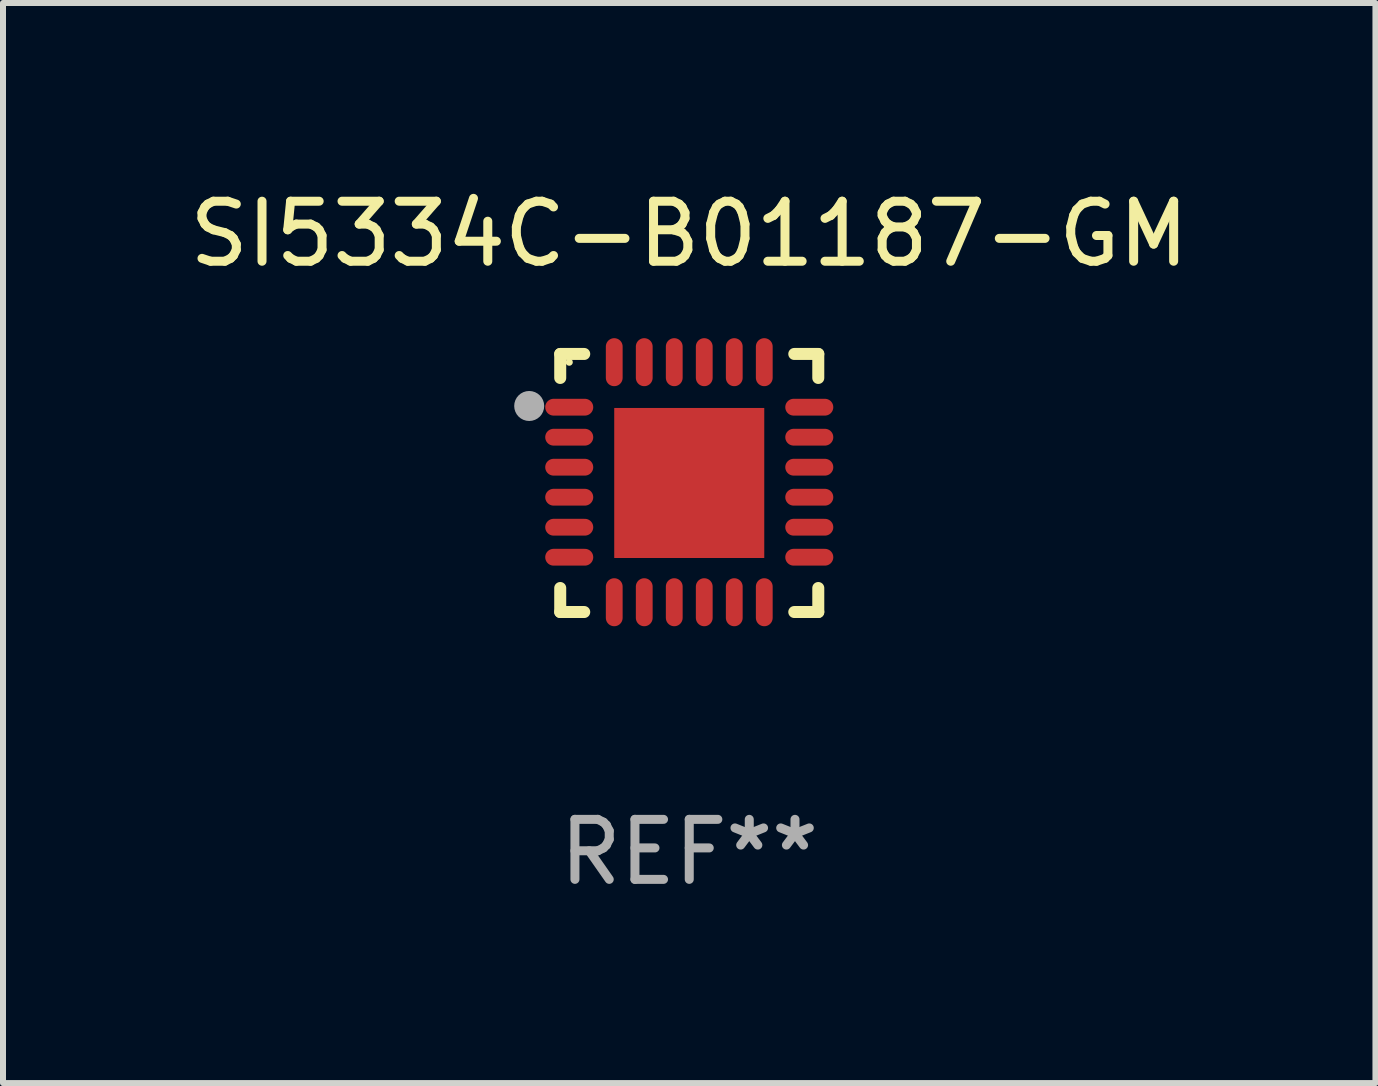
<source format=kicad_pcb>
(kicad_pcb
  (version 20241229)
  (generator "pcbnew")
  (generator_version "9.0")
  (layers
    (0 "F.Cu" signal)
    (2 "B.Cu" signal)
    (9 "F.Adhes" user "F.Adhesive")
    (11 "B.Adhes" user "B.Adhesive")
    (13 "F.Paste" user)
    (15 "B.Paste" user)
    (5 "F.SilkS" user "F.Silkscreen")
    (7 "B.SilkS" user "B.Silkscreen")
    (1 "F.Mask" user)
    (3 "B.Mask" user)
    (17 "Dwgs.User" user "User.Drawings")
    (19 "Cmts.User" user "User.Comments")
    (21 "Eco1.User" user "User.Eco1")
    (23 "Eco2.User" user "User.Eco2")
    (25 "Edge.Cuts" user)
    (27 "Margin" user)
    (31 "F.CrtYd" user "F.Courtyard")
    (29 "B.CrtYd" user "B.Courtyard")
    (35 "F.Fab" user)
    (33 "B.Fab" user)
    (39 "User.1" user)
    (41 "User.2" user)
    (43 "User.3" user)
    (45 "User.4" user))
  (footprint "SI5334C-B01187-GM"
    (layer "F.Cu")
    (at 8.435 4.998)
    (property "Reference" "SI5334C-B01187-GM" (at 0 -4.15 0) (layer "F.SilkS") (effects (font (size 1 1) (thickness 0.15))))
    (attr through_hole)
    (fp_line (start -2.15 -2.15) (end -1.75 -2.15) (stroke (width 0.2) (type solid)) (layer "F.SilkS"))
    (fp_line (start -2.15 -1.75) (end -2.15 -2.15) (stroke (width 0.2) (type solid)) (layer "F.SilkS"))
    (fp_line (start -2.15 2.15) (end -2.15 1.75) (stroke (width 0.2) (type solid)) (layer "F.SilkS"))
    (fp_line (start -1.75 2.15) (end -2.15 2.15) (stroke (width 0.2) (type solid)) (layer "F.SilkS"))
    (fp_line (start 1.75 -2.15) (end 2.15 -2.15) (stroke (width 0.2) (type solid)) (layer "F.SilkS"))
    (fp_line (start 1.75 2.15) (end 2.15 2.15) (stroke (width 0.2) (type solid)) (layer "F.SilkS"))
    (fp_line (start 2.15 -2.15) (end 2.15 -1.75) (stroke (width 0.2) (type solid)) (layer "F.SilkS"))
    (fp_line (start 2.15 2.15) (end 2.15 1.75) (stroke (width 0.2) (type solid)) (layer "F.SilkS"))
    (fp_circle (center -2 -2.013) (end -1.97 -2.013) (stroke (width 0.06) (type solid)) (fill no) (layer "F.SilkS"))
    (fp_circle (center -2.667 -1.283) (end -2.542 -1.283) (stroke (width 0.25) (type solid)) (fill no) (layer "F.Fab"))
    (fp_text user "REF**" (at 0 6.15 0) (layer "F.Fab") (effects (font (size 1 1) (thickness 0.15))))
    (pad "1" smd oval (at -2 -1.263) (size 0.8 0.28) (layers "F.Cu" "F.Mask" "F.Paste"))
    (pad "2" smd oval (at -2 -0.763) (size 0.8 0.28) (layers "F.Cu" "F.Mask" "F.Paste"))
    (pad "3" smd oval (at -2 -0.263) (size 0.8 0.28) (layers "F.Cu" "F.Mask" "F.Paste"))
    (pad "4" smd oval (at -2 0.237) (size 0.8 0.28) (layers "F.Cu" "F.Mask" "F.Paste"))
    (pad "5" smd oval (at -2 0.737) (size 0.8 0.28) (layers "F.Cu" "F.Mask" "F.Paste"))
    (pad "6" smd oval (at -2 1.237) (size 0.8 0.28) (layers "F.Cu" "F.Mask" "F.Paste"))
    (pad "7" smd oval (at -1.25 1.987) (size 0.28 0.8) (layers "F.Cu" "F.Mask" "F.Paste"))
    (pad "8" smd oval (at -0.75 1.987) (size 0.28 0.8) (layers "F.Cu" "F.Mask" "F.Paste"))
    (pad "9" smd oval (at -0.25 1.987) (size 0.28 0.8) (layers "F.Cu" "F.Mask" "F.Paste"))
    (pad "10" smd oval (at 0.25 1.987) (size 0.28 0.8) (layers "F.Cu" "F.Mask" "F.Paste"))
    (pad "11" smd oval (at 0.75 1.987) (size 0.28 0.8) (layers "F.Cu" "F.Mask" "F.Paste"))
    (pad "12" smd oval (at 1.25 1.987) (size 0.28 0.8) (layers "F.Cu" "F.Mask" "F.Paste"))
    (pad "13" smd oval (at 2 1.237) (size 0.8 0.28) (layers "F.Cu" "F.Mask" "F.Paste"))
    (pad "14" smd oval (at 2 0.737) (size 0.8 0.28) (layers "F.Cu" "F.Mask" "F.Paste"))
    (pad "15" smd oval (at 2 0.237) (size 0.8 0.28) (layers "F.Cu" "F.Mask" "F.Paste"))
    (pad "16" smd oval (at 2 -0.263) (size 0.8 0.28) (layers "F.Cu" "F.Mask" "F.Paste"))
    (pad "17" smd oval (at 2 -0.763) (size 0.8 0.28) (layers "F.Cu" "F.Mask" "F.Paste"))
    (pad "18" smd oval (at 2 -1.263) (size 0.8 0.28) (layers "F.Cu" "F.Mask" "F.Paste"))
    (pad "19" smd oval (at 1.25 -2.013) (size 0.28 0.8) (layers "F.Cu" "F.Mask" "F.Paste"))
    (pad "20" smd oval (at 0.75 -2.013) (size 0.28 0.8) (layers "F.Cu" "F.Mask" "F.Paste"))
    (pad "21" smd oval (at 0.25 -2.013) (size 0.28 0.8) (layers "F.Cu" "F.Mask" "F.Paste"))
    (pad "22" smd oval (at -0.25 -2.013) (size 0.28 0.8) (layers "F.Cu" "F.Mask" "F.Paste"))
    (pad "23" smd oval (at -0.75 -2.013) (size 0.28 0.8) (layers "F.Cu" "F.Mask" "F.Paste"))
    (pad "24" smd oval (at -1.25 -2.013) (size 0.28 0.8) (layers "F.Cu" "F.Mask" "F.Paste"))
    (pad "25" smd rect (at -0.000127 -0.00014) (size 2.5 2.5) (layers "F.Cu" "F.Mask" "F.Paste")))
  (gr_rect
    (start -3 -3)
    (end 19.869 14.997)
    (stroke (width 0.1) (type default))
    (fill no)
    (layer "Edge.Cuts")))
</source>
